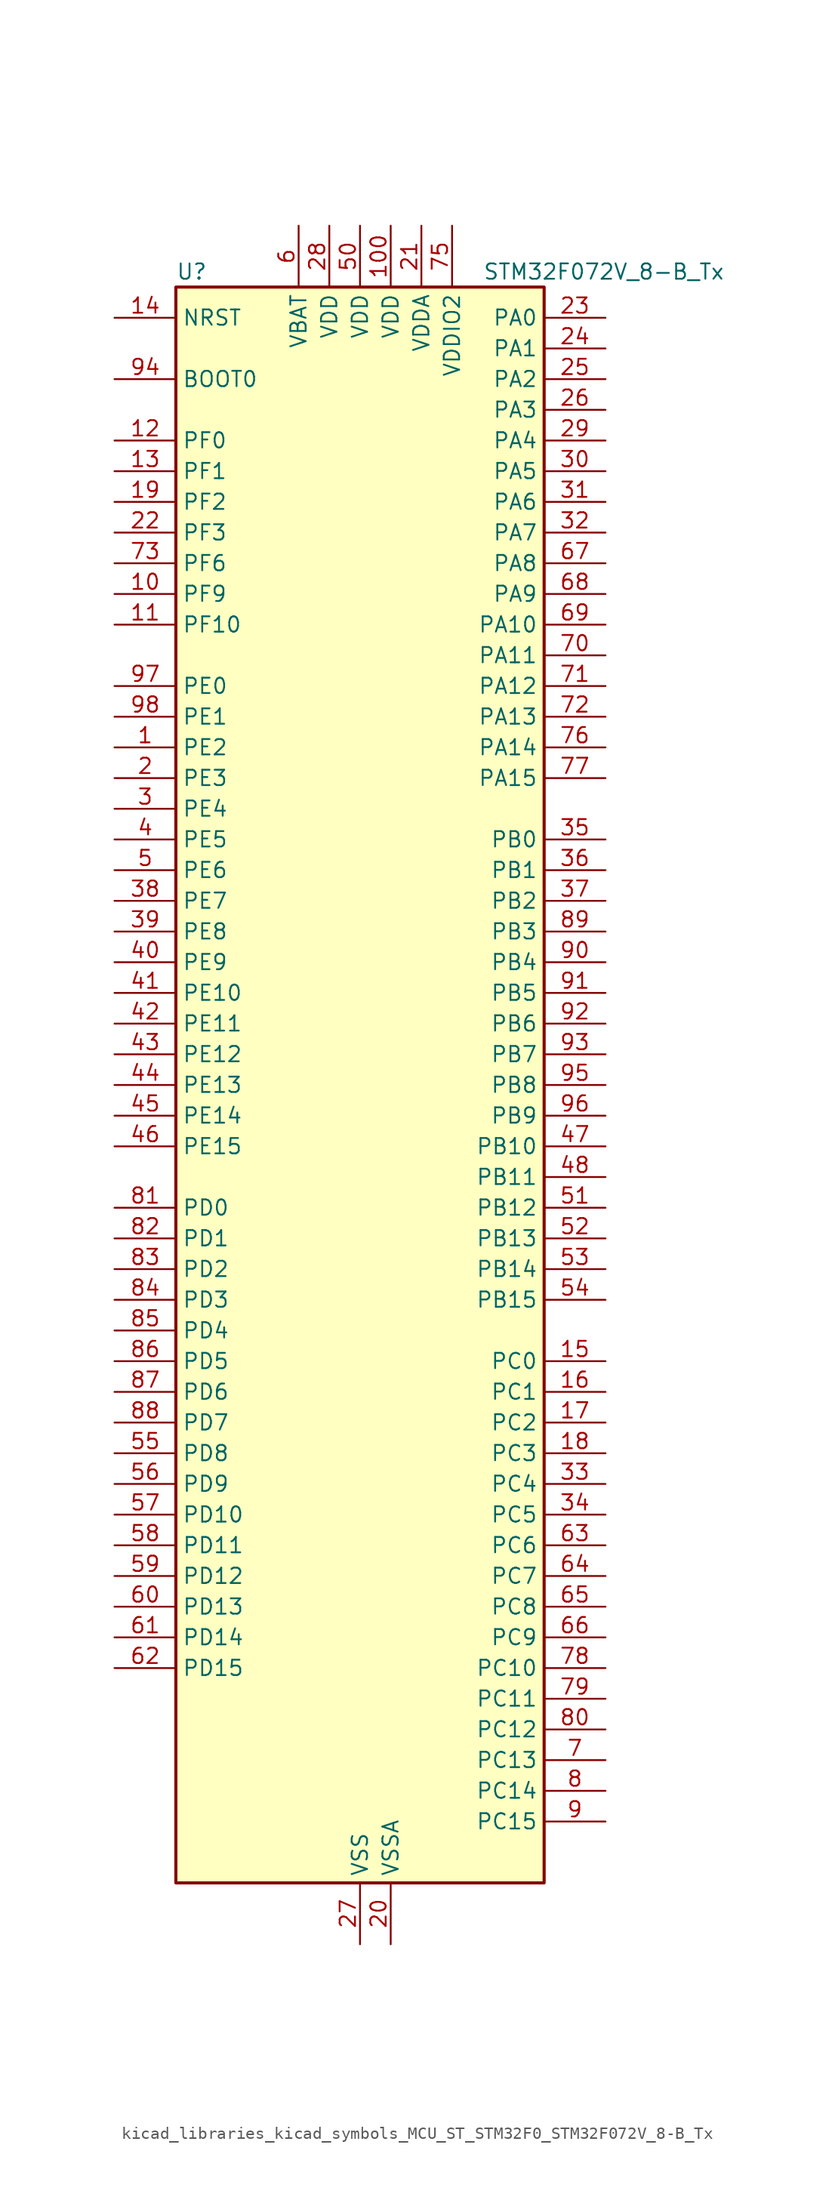
<source format=kicad_sym>
(kicad_symbol_lib
  (version 20220914)
  (generator kicad_symbol_editor)
  (symbol "kicad_libraries_kicad_symbols_MCU_ST_STM32F0_STM32F072V_8-B_Tx"
    (property "Reference" "U"
      (at -15.24 67.31 0)
      (effects (font (size 1.27 1.27)) (justify left)))
    (property "Value" "STM32F072V_8-B_Tx"
      (at 10.16 67.31 0)
      (effects (font (size 1.27 1.27)) (justify left)))
    (property "ki_locked" ""
      (at 0 0 0)
      (effects (font (size 1.27 1.27))))
    (symbol "kicad_libraries_kicad_symbols_MCU_ST_STM32F0_STM32F072V_8-B_Tx_0_1"
      (rectangle (start -15.24 -66.04) (end 15.24 66.04) (stroke (width 0.254) (type default)) (fill (type background))))
    (symbol "kicad_libraries_kicad_symbols_MCU_ST_STM32F0_STM32F072V_8-B_Tx_1_1"
      (pin bidirectional line (at -20.32 27.94 0) (length 5.08) (name "PE2" (effects (font (size 1.27 1.27)))) (number "1" (effects (font (size 1.27 1.27)))) (alternate "TIM3_ETR" bidirectional line) (alternate "TSC_G7_IO1" bidirectional line))
      (pin bidirectional line (at -20.32 40.64 0) (length 5.08) (name "PF9" (effects (font (size 1.27 1.27)))) (number "10" (effects (font (size 1.27 1.27)))) (alternate "DAC_EXTI9" bidirectional line) (alternate "TIM15_CH1" bidirectional line))
      (pin power_in line (at 2.54 71.12 270) (length 5.08) (name "VDD" (effects (font (size 1.27 1.27)))) (number "100" (effects (font (size 1.27 1.27)))))
      (pin bidirectional line (at -20.32 38.1 0) (length 5.08) (name "PF10" (effects (font (size 1.27 1.27)))) (number "11" (effects (font (size 1.27 1.27)))) (alternate "TIM15_CH2" bidirectional line))
      (pin bidirectional line (at -20.32 53.34 0) (length 5.08) (name "PF0" (effects (font (size 1.27 1.27)))) (number "12" (effects (font (size 1.27 1.27)))) (alternate "CRS_SYNC" bidirectional line) (alternate "RCC_OSC_IN" bidirectional line))
      (pin bidirectional line (at -20.32 50.8 0) (length 5.08) (name "PF1" (effects (font (size 1.27 1.27)))) (number "13" (effects (font (size 1.27 1.27)))) (alternate "RCC_OSC_OUT" bidirectional line))
      (pin input line (at -20.32 63.5 0) (length 5.08) (name "NRST" (effects (font (size 1.27 1.27)))) (number "14" (effects (font (size 1.27 1.27)))))
      (pin bidirectional line (at 20.32 -22.86 180) (length 5.08) (name "PC0" (effects (font (size 1.27 1.27)))) (number "15" (effects (font (size 1.27 1.27)))) (alternate "ADC_IN10" bidirectional line))
      (pin bidirectional line (at 20.32 -25.4 180) (length 5.08) (name "PC1" (effects (font (size 1.27 1.27)))) (number "16" (effects (font (size 1.27 1.27)))) (alternate "ADC_IN11" bidirectional line))
      (pin bidirectional line (at 20.32 -27.94 180) (length 5.08) (name "PC2" (effects (font (size 1.27 1.27)))) (number "17" (effects (font (size 1.27 1.27)))) (alternate "ADC_IN12" bidirectional line) (alternate "I2S2_MCK" bidirectional line) (alternate "SPI2_MISO" bidirectional line))
      (pin bidirectional line (at 20.32 -30.48 180) (length 5.08) (name "PC3" (effects (font (size 1.27 1.27)))) (number "18" (effects (font (size 1.27 1.27)))) (alternate "ADC_IN13" bidirectional line) (alternate "I2S2_SD" bidirectional line) (alternate "SPI2_MOSI" bidirectional line))
      (pin bidirectional line (at -20.32 48.26 0) (length 5.08) (name "PF2" (effects (font (size 1.27 1.27)))) (number "19" (effects (font (size 1.27 1.27)))) (alternate "SYS_WKUP8" bidirectional line))
      (pin bidirectional line (at -20.32 25.4 0) (length 5.08) (name "PE3" (effects (font (size 1.27 1.27)))) (number "2" (effects (font (size 1.27 1.27)))) (alternate "TIM3_CH1" bidirectional line) (alternate "TSC_G7_IO2" bidirectional line))
      (pin power_in line (at 2.54 -71.12 90) (length 5.08) (name "VSSA" (effects (font (size 1.27 1.27)))) (number "20" (effects (font (size 1.27 1.27)))))
      (pin power_in line (at 5.08 71.12 270) (length 5.08) (name "VDDA" (effects (font (size 1.27 1.27)))) (number "21" (effects (font (size 1.27 1.27)))))
      (pin bidirectional line (at -20.32 45.72 0) (length 5.08) (name "PF3" (effects (font (size 1.27 1.27)))) (number "22" (effects (font (size 1.27 1.27)))))
      (pin bidirectional line (at 20.32 63.5 180) (length 5.08) (name "PA0" (effects (font (size 1.27 1.27)))) (number "23" (effects (font (size 1.27 1.27)))) (alternate "ADC_IN0" bidirectional line) (alternate "COMP1_INM" bidirectional line) (alternate "COMP1_OUT" bidirectional line) (alternate "RTC_TAMP2" bidirectional line) (alternate "SYS_WKUP1" bidirectional line) (alternate "TIM2_CH1" bidirectional line) (alternate "TIM2_ETR" bidirectional line) (alternate "TSC_G1_IO1" bidirectional line) (alternate "USART2_CTS" bidirectional line) (alternate "USART4_TX" bidirectional line))
      (pin bidirectional line (at 20.32 60.96 180) (length 5.08) (name "PA1" (effects (font (size 1.27 1.27)))) (number "24" (effects (font (size 1.27 1.27)))) (alternate "ADC_IN1" bidirectional line) (alternate "COMP1_INP" bidirectional line) (alternate "TIM15_CH1N" bidirectional line) (alternate "TIM2_CH2" bidirectional line) (alternate "TSC_G1_IO2" bidirectional line) (alternate "USART2_DE" bidirectional line) (alternate "USART2_RTS" bidirectional line) (alternate "USART4_RX" bidirectional line))
      (pin bidirectional line (at 20.32 58.42 180) (length 5.08) (name "PA2" (effects (font (size 1.27 1.27)))) (number "25" (effects (font (size 1.27 1.27)))) (alternate "ADC_IN2" bidirectional line) (alternate "COMP2_INM" bidirectional line) (alternate "COMP2_OUT" bidirectional line) (alternate "SYS_WKUP4" bidirectional line) (alternate "TIM15_CH1" bidirectional line) (alternate "TIM2_CH3" bidirectional line) (alternate "TSC_G1_IO3" bidirectional line) (alternate "USART2_TX" bidirectional line))
      (pin bidirectional line (at 20.32 55.88 180) (length 5.08) (name "PA3" (effects (font (size 1.27 1.27)))) (number "26" (effects (font (size 1.27 1.27)))) (alternate "ADC_IN3" bidirectional line) (alternate "COMP2_INP" bidirectional line) (alternate "TIM15_CH2" bidirectional line) (alternate "TIM2_CH4" bidirectional line) (alternate "TSC_G1_IO4" bidirectional line) (alternate "USART2_RX" bidirectional line))
      (pin power_in line (at 0 -71.12 90) (length 5.08) (name "VSS" (effects (font (size 1.27 1.27)))) (number "27" (effects (font (size 1.27 1.27)))))
      (pin power_in line (at -2.54 71.12 270) (length 5.08) (name "VDD" (effects (font (size 1.27 1.27)))) (number "28" (effects (font (size 1.27 1.27)))))
      (pin bidirectional line (at 20.32 53.34 180) (length 5.08) (name "PA4" (effects (font (size 1.27 1.27)))) (number "29" (effects (font (size 1.27 1.27)))) (alternate "ADC_IN4" bidirectional line) (alternate "COMP1_INM" bidirectional line) (alternate "COMP2_INM" bidirectional line) (alternate "DAC_OUT1" bidirectional line) (alternate "I2S1_WS" bidirectional line) (alternate "SPI1_NSS" bidirectional line) (alternate "TIM14_CH1" bidirectional line) (alternate "TSC_G2_IO1" bidirectional line) (alternate "USART2_CK" bidirectional line))
      (pin bidirectional line (at -20.32 22.86 0) (length 5.08) (name "PE4" (effects (font (size 1.27 1.27)))) (number "3" (effects (font (size 1.27 1.27)))) (alternate "TIM3_CH2" bidirectional line) (alternate "TSC_G7_IO3" bidirectional line))
      (pin bidirectional line (at 20.32 50.8 180) (length 5.08) (name "PA5" (effects (font (size 1.27 1.27)))) (number "30" (effects (font (size 1.27 1.27)))) (alternate "ADC_IN5" bidirectional line) (alternate "CEC" bidirectional line) (alternate "COMP1_INM" bidirectional line) (alternate "COMP2_INM" bidirectional line) (alternate "DAC_OUT2" bidirectional line) (alternate "I2S1_CK" bidirectional line) (alternate "SPI1_SCK" bidirectional line) (alternate "TIM2_CH1" bidirectional line) (alternate "TIM2_ETR" bidirectional line) (alternate "TSC_G2_IO2" bidirectional line))
      (pin bidirectional line (at 20.32 48.26 180) (length 5.08) (name "PA6" (effects (font (size 1.27 1.27)))) (number "31" (effects (font (size 1.27 1.27)))) (alternate "ADC_IN6" bidirectional line) (alternate "COMP1_OUT" bidirectional line) (alternate "I2S1_MCK" bidirectional line) (alternate "SPI1_MISO" bidirectional line) (alternate "TIM16_CH1" bidirectional line) (alternate "TIM1_BKIN" bidirectional line) (alternate "TIM3_CH1" bidirectional line) (alternate "TSC_G2_IO3" bidirectional line) (alternate "USART3_CTS" bidirectional line))
      (pin bidirectional line (at 20.32 45.72 180) (length 5.08) (name "PA7" (effects (font (size 1.27 1.27)))) (number "32" (effects (font (size 1.27 1.27)))) (alternate "ADC_IN7" bidirectional line) (alternate "COMP2_OUT" bidirectional line) (alternate "I2S1_SD" bidirectional line) (alternate "SPI1_MOSI" bidirectional line) (alternate "TIM14_CH1" bidirectional line) (alternate "TIM17_CH1" bidirectional line) (alternate "TIM1_CH1N" bidirectional line) (alternate "TIM3_CH2" bidirectional line) (alternate "TSC_G2_IO4" bidirectional line))
      (pin bidirectional line (at 20.32 -33.02 180) (length 5.08) (name "PC4" (effects (font (size 1.27 1.27)))) (number "33" (effects (font (size 1.27 1.27)))) (alternate "ADC_IN14" bidirectional line) (alternate "USART3_TX" bidirectional line))
      (pin bidirectional line (at 20.32 -35.56 180) (length 5.08) (name "PC5" (effects (font (size 1.27 1.27)))) (number "34" (effects (font (size 1.27 1.27)))) (alternate "ADC_IN15" bidirectional line) (alternate "SYS_WKUP5" bidirectional line) (alternate "TSC_G3_IO1" bidirectional line) (alternate "USART3_RX" bidirectional line))
      (pin bidirectional line (at 20.32 20.32 180) (length 5.08) (name "PB0" (effects (font (size 1.27 1.27)))) (number "35" (effects (font (size 1.27 1.27)))) (alternate "ADC_IN8" bidirectional line) (alternate "TIM1_CH2N" bidirectional line) (alternate "TIM3_CH3" bidirectional line) (alternate "TSC_G3_IO2" bidirectional line) (alternate "USART3_CK" bidirectional line))
      (pin bidirectional line (at 20.32 17.78 180) (length 5.08) (name "PB1" (effects (font (size 1.27 1.27)))) (number "36" (effects (font (size 1.27 1.27)))) (alternate "ADC_IN9" bidirectional line) (alternate "TIM14_CH1" bidirectional line) (alternate "TIM1_CH3N" bidirectional line) (alternate "TIM3_CH4" bidirectional line) (alternate "TSC_G3_IO3" bidirectional line) (alternate "USART3_DE" bidirectional line) (alternate "USART3_RTS" bidirectional line))
      (pin bidirectional line (at 20.32 15.24 180) (length 5.08) (name "PB2" (effects (font (size 1.27 1.27)))) (number "37" (effects (font (size 1.27 1.27)))) (alternate "TSC_G3_IO4" bidirectional line))
      (pin bidirectional line (at -20.32 15.24 0) (length 5.08) (name "PE7" (effects (font (size 1.27 1.27)))) (number "38" (effects (font (size 1.27 1.27)))) (alternate "TIM1_ETR" bidirectional line))
      (pin bidirectional line (at -20.32 12.7 0) (length 5.08) (name "PE8" (effects (font (size 1.27 1.27)))) (number "39" (effects (font (size 1.27 1.27)))) (alternate "TIM1_CH1N" bidirectional line))
      (pin bidirectional line (at -20.32 20.32 0) (length 5.08) (name "PE5" (effects (font (size 1.27 1.27)))) (number "4" (effects (font (size 1.27 1.27)))) (alternate "TIM3_CH3" bidirectional line) (alternate "TSC_G7_IO4" bidirectional line))
      (pin bidirectional line (at -20.32 10.16 0) (length 5.08) (name "PE9" (effects (font (size 1.27 1.27)))) (number "40" (effects (font (size 1.27 1.27)))) (alternate "DAC_EXTI9" bidirectional line) (alternate "TIM1_CH1" bidirectional line))
      (pin bidirectional line (at -20.32 7.62 0) (length 5.08) (name "PE10" (effects (font (size 1.27 1.27)))) (number "41" (effects (font (size 1.27 1.27)))) (alternate "TIM1_CH2N" bidirectional line))
      (pin bidirectional line (at -20.32 5.08 0) (length 5.08) (name "PE11" (effects (font (size 1.27 1.27)))) (number "42" (effects (font (size 1.27 1.27)))) (alternate "TIM1_CH2" bidirectional line))
      (pin bidirectional line (at -20.32 2.54 0) (length 5.08) (name "PE12" (effects (font (size 1.27 1.27)))) (number "43" (effects (font (size 1.27 1.27)))) (alternate "I2S1_WS" bidirectional line) (alternate "SPI1_NSS" bidirectional line) (alternate "TIM1_CH3N" bidirectional line))
      (pin bidirectional line (at -20.32 0 0) (length 5.08) (name "PE13" (effects (font (size 1.27 1.27)))) (number "44" (effects (font (size 1.27 1.27)))) (alternate "I2S1_CK" bidirectional line) (alternate "SPI1_SCK" bidirectional line) (alternate "TIM1_CH3" bidirectional line))
      (pin bidirectional line (at -20.32 -2.54 0) (length 5.08) (name "PE14" (effects (font (size 1.27 1.27)))) (number "45" (effects (font (size 1.27 1.27)))) (alternate "I2S1_MCK" bidirectional line) (alternate "SPI1_MISO" bidirectional line) (alternate "TIM1_CH4" bidirectional line))
      (pin bidirectional line (at -20.32 -5.08 0) (length 5.08) (name "PE15" (effects (font (size 1.27 1.27)))) (number "46" (effects (font (size 1.27 1.27)))) (alternate "I2S1_SD" bidirectional line) (alternate "SPI1_MOSI" bidirectional line) (alternate "TIM1_BKIN" bidirectional line))
      (pin bidirectional line (at 20.32 -5.08 180) (length 5.08) (name "PB10" (effects (font (size 1.27 1.27)))) (number "47" (effects (font (size 1.27 1.27)))) (alternate "CEC" bidirectional line) (alternate "I2C2_SCL" bidirectional line) (alternate "I2S2_CK" bidirectional line) (alternate "SPI2_SCK" bidirectional line) (alternate "TIM2_CH3" bidirectional line) (alternate "TSC_SYNC" bidirectional line) (alternate "USART3_TX" bidirectional line))
      (pin bidirectional line (at 20.32 -7.62 180) (length 5.08) (name "PB11" (effects (font (size 1.27 1.27)))) (number "48" (effects (font (size 1.27 1.27)))) (alternate "I2C2_SDA" bidirectional line) (alternate "TIM2_CH4" bidirectional line) (alternate "TSC_G6_IO1" bidirectional line) (alternate "USART3_RX" bidirectional line))
      (pin passive line (at 0 -71.12 90) (length 5.08) hide (name "VSS" (effects (font (size 1.27 1.27)))) (number "49" (effects (font (size 1.27 1.27)))))
      (pin bidirectional line (at -20.32 17.78 0) (length 5.08) (name "PE6" (effects (font (size 1.27 1.27)))) (number "5" (effects (font (size 1.27 1.27)))) (alternate "RTC_TAMP3" bidirectional line) (alternate "SYS_WKUP3" bidirectional line) (alternate "TIM3_CH4" bidirectional line))
      (pin power_in line (at 0 71.12 270) (length 5.08) (name "VDD" (effects (font (size 1.27 1.27)))) (number "50" (effects (font (size 1.27 1.27)))))
      (pin bidirectional line (at 20.32 -10.16 180) (length 5.08) (name "PB12" (effects (font (size 1.27 1.27)))) (number "51" (effects (font (size 1.27 1.27)))) (alternate "I2S2_WS" bidirectional line) (alternate "SPI2_NSS" bidirectional line) (alternate "TIM15_BKIN" bidirectional line) (alternate "TIM1_BKIN" bidirectional line) (alternate "TSC_G6_IO2" bidirectional line) (alternate "USART3_CK" bidirectional line))
      (pin bidirectional line (at 20.32 -12.7 180) (length 5.08) (name "PB13" (effects (font (size 1.27 1.27)))) (number "52" (effects (font (size 1.27 1.27)))) (alternate "I2C2_SCL" bidirectional line) (alternate "I2S2_CK" bidirectional line) (alternate "SPI2_SCK" bidirectional line) (alternate "TIM1_CH1N" bidirectional line) (alternate "TSC_G6_IO3" bidirectional line) (alternate "USART3_CTS" bidirectional line))
      (pin bidirectional line (at 20.32 -15.24 180) (length 5.08) (name "PB14" (effects (font (size 1.27 1.27)))) (number "53" (effects (font (size 1.27 1.27)))) (alternate "I2C2_SDA" bidirectional line) (alternate "I2S2_MCK" bidirectional line) (alternate "SPI2_MISO" bidirectional line) (alternate "TIM15_CH1" bidirectional line) (alternate "TIM1_CH2N" bidirectional line) (alternate "TSC_G6_IO4" bidirectional line) (alternate "USART3_DE" bidirectional line) (alternate "USART3_RTS" bidirectional line))
      (pin bidirectional line (at 20.32 -17.78 180) (length 5.08) (name "PB15" (effects (font (size 1.27 1.27)))) (number "54" (effects (font (size 1.27 1.27)))) (alternate "I2S2_SD" bidirectional line) (alternate "RTC_REFIN" bidirectional line) (alternate "SPI2_MOSI" bidirectional line) (alternate "SYS_WKUP7" bidirectional line) (alternate "TIM15_CH1N" bidirectional line) (alternate "TIM15_CH2" bidirectional line) (alternate "TIM1_CH3N" bidirectional line))
      (pin bidirectional line (at -20.32 -30.48 0) (length 5.08) (name "PD8" (effects (font (size 1.27 1.27)))) (number "55" (effects (font (size 1.27 1.27)))) (alternate "USART3_TX" bidirectional line))
      (pin bidirectional line (at -20.32 -33.02 0) (length 5.08) (name "PD9" (effects (font (size 1.27 1.27)))) (number "56" (effects (font (size 1.27 1.27)))) (alternate "DAC_EXTI9" bidirectional line) (alternate "USART3_RX" bidirectional line))
      (pin bidirectional line (at -20.32 -35.56 0) (length 5.08) (name "PD10" (effects (font (size 1.27 1.27)))) (number "57" (effects (font (size 1.27 1.27)))) (alternate "USART3_CK" bidirectional line))
      (pin bidirectional line (at -20.32 -38.1 0) (length 5.08) (name "PD11" (effects (font (size 1.27 1.27)))) (number "58" (effects (font (size 1.27 1.27)))) (alternate "USART3_CTS" bidirectional line))
      (pin bidirectional line (at -20.32 -40.64 0) (length 5.08) (name "PD12" (effects (font (size 1.27 1.27)))) (number "59" (effects (font (size 1.27 1.27)))) (alternate "TSC_G8_IO1" bidirectional line) (alternate "USART3_DE" bidirectional line) (alternate "USART3_RTS" bidirectional line))
      (pin power_in line (at -5.08 71.12 270) (length 5.08) (name "VBAT" (effects (font (size 1.27 1.27)))) (number "6" (effects (font (size 1.27 1.27)))))
      (pin bidirectional line (at -20.32 -43.18 0) (length 5.08) (name "PD13" (effects (font (size 1.27 1.27)))) (number "60" (effects (font (size 1.27 1.27)))) (alternate "TSC_G8_IO2" bidirectional line))
      (pin bidirectional line (at -20.32 -45.72 0) (length 5.08) (name "PD14" (effects (font (size 1.27 1.27)))) (number "61" (effects (font (size 1.27 1.27)))) (alternate "TSC_G8_IO3" bidirectional line))
      (pin bidirectional line (at -20.32 -48.26 0) (length 5.08) (name "PD15" (effects (font (size 1.27 1.27)))) (number "62" (effects (font (size 1.27 1.27)))) (alternate "CRS_SYNC" bidirectional line) (alternate "TSC_G8_IO4" bidirectional line))
      (pin bidirectional line (at 20.32 -38.1 180) (length 5.08) (name "PC6" (effects (font (size 1.27 1.27)))) (number "63" (effects (font (size 1.27 1.27)))) (alternate "TIM3_CH1" bidirectional line))
      (pin bidirectional line (at 20.32 -40.64 180) (length 5.08) (name "PC7" (effects (font (size 1.27 1.27)))) (number "64" (effects (font (size 1.27 1.27)))) (alternate "TIM3_CH2" bidirectional line))
      (pin bidirectional line (at 20.32 -43.18 180) (length 5.08) (name "PC8" (effects (font (size 1.27 1.27)))) (number "65" (effects (font (size 1.27 1.27)))) (alternate "TIM3_CH3" bidirectional line))
      (pin bidirectional line (at 20.32 -45.72 180) (length 5.08) (name "PC9" (effects (font (size 1.27 1.27)))) (number "66" (effects (font (size 1.27 1.27)))) (alternate "DAC_EXTI9" bidirectional line) (alternate "TIM3_CH4" bidirectional line))
      (pin bidirectional line (at 20.32 43.18 180) (length 5.08) (name "PA8" (effects (font (size 1.27 1.27)))) (number "67" (effects (font (size 1.27 1.27)))) (alternate "CRS_SYNC" bidirectional line) (alternate "RCC_MCO" bidirectional line) (alternate "TIM1_CH1" bidirectional line) (alternate "USART1_CK" bidirectional line))
      (pin bidirectional line (at 20.32 40.64 180) (length 5.08) (name "PA9" (effects (font (size 1.27 1.27)))) (number "68" (effects (font (size 1.27 1.27)))) (alternate "DAC_EXTI9" bidirectional line) (alternate "TIM15_BKIN" bidirectional line) (alternate "TIM1_CH2" bidirectional line) (alternate "TSC_G4_IO1" bidirectional line) (alternate "USART1_TX" bidirectional line))
      (pin bidirectional line (at 20.32 38.1 180) (length 5.08) (name "PA10" (effects (font (size 1.27 1.27)))) (number "69" (effects (font (size 1.27 1.27)))) (alternate "TIM17_BKIN" bidirectional line) (alternate "TIM1_CH3" bidirectional line) (alternate "TSC_G4_IO2" bidirectional line) (alternate "USART1_RX" bidirectional line))
      (pin bidirectional line (at 20.32 -55.88 180) (length 5.08) (name "PC13" (effects (font (size 1.27 1.27)))) (number "7" (effects (font (size 1.27 1.27)))) (alternate "RTC_OUT_ALARM" bidirectional line) (alternate "RTC_OUT_CALIB" bidirectional line) (alternate "RTC_TAMP1" bidirectional line) (alternate "RTC_TS" bidirectional line) (alternate "SYS_WKUP2" bidirectional line))
      (pin bidirectional line (at 20.32 35.56 180) (length 5.08) (name "PA11" (effects (font (size 1.27 1.27)))) (number "70" (effects (font (size 1.27 1.27)))) (alternate "CAN_RX" bidirectional line) (alternate "COMP1_OUT" bidirectional line) (alternate "TIM1_CH4" bidirectional line) (alternate "TSC_G4_IO3" bidirectional line) (alternate "USART1_CTS" bidirectional line) (alternate "USB_DM" bidirectional line))
      (pin bidirectional line (at 20.32 33.02 180) (length 5.08) (name "PA12" (effects (font (size 1.27 1.27)))) (number "71" (effects (font (size 1.27 1.27)))) (alternate "CAN_TX" bidirectional line) (alternate "COMP2_OUT" bidirectional line) (alternate "TIM1_ETR" bidirectional line) (alternate "TSC_G4_IO4" bidirectional line) (alternate "USART1_DE" bidirectional line) (alternate "USART1_RTS" bidirectional line) (alternate "USB_DP" bidirectional line))
      (pin bidirectional line (at 20.32 30.48 180) (length 5.08) (name "PA13" (effects (font (size 1.27 1.27)))) (number "72" (effects (font (size 1.27 1.27)))) (alternate "IR_OUT" bidirectional line) (alternate "SYS_SWDIO" bidirectional line) (alternate "USB_NOE" bidirectional line))
      (pin bidirectional line (at -20.32 43.18 0) (length 5.08) (name "PF6" (effects (font (size 1.27 1.27)))) (number "73" (effects (font (size 1.27 1.27)))))
      (pin passive line (at 0 -71.12 90) (length 5.08) hide (name "VSS" (effects (font (size 1.27 1.27)))) (number "74" (effects (font (size 1.27 1.27)))))
      (pin power_in line (at 7.62 71.12 270) (length 5.08) (name "VDDIO2" (effects (font (size 1.27 1.27)))) (number "75" (effects (font (size 1.27 1.27)))))
      (pin bidirectional line (at 20.32 27.94 180) (length 5.08) (name "PA14" (effects (font (size 1.27 1.27)))) (number "76" (effects (font (size 1.27 1.27)))) (alternate "SYS_SWCLK" bidirectional line) (alternate "USART2_TX" bidirectional line))
      (pin bidirectional line (at 20.32 25.4 180) (length 5.08) (name "PA15" (effects (font (size 1.27 1.27)))) (number "77" (effects (font (size 1.27 1.27)))) (alternate "I2S1_WS" bidirectional line) (alternate "SPI1_NSS" bidirectional line) (alternate "TIM2_CH1" bidirectional line) (alternate "TIM2_ETR" bidirectional line) (alternate "USART2_RX" bidirectional line) (alternate "USART4_DE" bidirectional line) (alternate "USART4_RTS" bidirectional line))
      (pin bidirectional line (at 20.32 -48.26 180) (length 5.08) (name "PC10" (effects (font (size 1.27 1.27)))) (number "78" (effects (font (size 1.27 1.27)))) (alternate "USART3_TX" bidirectional line) (alternate "USART4_TX" bidirectional line))
      (pin bidirectional line (at 20.32 -50.8 180) (length 5.08) (name "PC11" (effects (font (size 1.27 1.27)))) (number "79" (effects (font (size 1.27 1.27)))) (alternate "USART3_RX" bidirectional line) (alternate "USART4_RX" bidirectional line))
      (pin bidirectional line (at 20.32 -58.42 180) (length 5.08) (name "PC14" (effects (font (size 1.27 1.27)))) (number "8" (effects (font (size 1.27 1.27)))) (alternate "RCC_OSC32_IN" bidirectional line))
      (pin bidirectional line (at 20.32 -53.34 180) (length 5.08) (name "PC12" (effects (font (size 1.27 1.27)))) (number "80" (effects (font (size 1.27 1.27)))) (alternate "USART3_CK" bidirectional line) (alternate "USART4_CK" bidirectional line))
      (pin bidirectional line (at -20.32 -10.16 0) (length 5.08) (name "PD0" (effects (font (size 1.27 1.27)))) (number "81" (effects (font (size 1.27 1.27)))) (alternate "CAN_RX" bidirectional line) (alternate "I2S2_WS" bidirectional line) (alternate "SPI2_NSS" bidirectional line))
      (pin bidirectional line (at -20.32 -12.7 0) (length 5.08) (name "PD1" (effects (font (size 1.27 1.27)))) (number "82" (effects (font (size 1.27 1.27)))) (alternate "CAN_TX" bidirectional line) (alternate "I2S2_CK" bidirectional line) (alternate "SPI2_SCK" bidirectional line))
      (pin bidirectional line (at -20.32 -15.24 0) (length 5.08) (name "PD2" (effects (font (size 1.27 1.27)))) (number "83" (effects (font (size 1.27 1.27)))) (alternate "TIM3_ETR" bidirectional line) (alternate "USART3_DE" bidirectional line) (alternate "USART3_RTS" bidirectional line))
      (pin bidirectional line (at -20.32 -17.78 0) (length 5.08) (name "PD3" (effects (font (size 1.27 1.27)))) (number "84" (effects (font (size 1.27 1.27)))) (alternate "I2S2_MCK" bidirectional line) (alternate "SPI2_MISO" bidirectional line) (alternate "USART2_CTS" bidirectional line))
      (pin bidirectional line (at -20.32 -20.32 0) (length 5.08) (name "PD4" (effects (font (size 1.27 1.27)))) (number "85" (effects (font (size 1.27 1.27)))) (alternate "I2S2_SD" bidirectional line) (alternate "SPI2_MOSI" bidirectional line) (alternate "USART2_DE" bidirectional line) (alternate "USART2_RTS" bidirectional line))
      (pin bidirectional line (at -20.32 -22.86 0) (length 5.08) (name "PD5" (effects (font (size 1.27 1.27)))) (number "86" (effects (font (size 1.27 1.27)))) (alternate "USART2_TX" bidirectional line))
      (pin bidirectional line (at -20.32 -25.4 0) (length 5.08) (name "PD6" (effects (font (size 1.27 1.27)))) (number "87" (effects (font (size 1.27 1.27)))) (alternate "USART2_RX" bidirectional line))
      (pin bidirectional line (at -20.32 -27.94 0) (length 5.08) (name "PD7" (effects (font (size 1.27 1.27)))) (number "88" (effects (font (size 1.27 1.27)))) (alternate "USART2_CK" bidirectional line))
      (pin bidirectional line (at 20.32 12.7 180) (length 5.08) (name "PB3" (effects (font (size 1.27 1.27)))) (number "89" (effects (font (size 1.27 1.27)))) (alternate "I2S1_CK" bidirectional line) (alternate "SPI1_SCK" bidirectional line) (alternate "TIM2_CH2" bidirectional line) (alternate "TSC_G5_IO1" bidirectional line))
      (pin bidirectional line (at 20.32 -60.96 180) (length 5.08) (name "PC15" (effects (font (size 1.27 1.27)))) (number "9" (effects (font (size 1.27 1.27)))) (alternate "RCC_OSC32_OUT" bidirectional line))
      (pin bidirectional line (at 20.32 10.16 180) (length 5.08) (name "PB4" (effects (font (size 1.27 1.27)))) (number "90" (effects (font (size 1.27 1.27)))) (alternate "I2S1_MCK" bidirectional line) (alternate "SPI1_MISO" bidirectional line) (alternate "TIM17_BKIN" bidirectional line) (alternate "TIM3_CH1" bidirectional line) (alternate "TSC_G5_IO2" bidirectional line))
      (pin bidirectional line (at 20.32 7.62 180) (length 5.08) (name "PB5" (effects (font (size 1.27 1.27)))) (number "91" (effects (font (size 1.27 1.27)))) (alternate "I2C1_SMBA" bidirectional line) (alternate "I2S1_SD" bidirectional line) (alternate "SPI1_MOSI" bidirectional line) (alternate "SYS_WKUP6" bidirectional line) (alternate "TIM16_BKIN" bidirectional line) (alternate "TIM3_CH2" bidirectional line))
      (pin bidirectional line (at 20.32 5.08 180) (length 5.08) (name "PB6" (effects (font (size 1.27 1.27)))) (number "92" (effects (font (size 1.27 1.27)))) (alternate "I2C1_SCL" bidirectional line) (alternate "TIM16_CH1N" bidirectional line) (alternate "TSC_G5_IO3" bidirectional line) (alternate "USART1_TX" bidirectional line))
      (pin bidirectional line (at 20.32 2.54 180) (length 5.08) (name "PB7" (effects (font (size 1.27 1.27)))) (number "93" (effects (font (size 1.27 1.27)))) (alternate "I2C1_SDA" bidirectional line) (alternate "TIM17_CH1N" bidirectional line) (alternate "TSC_G5_IO4" bidirectional line) (alternate "USART1_RX" bidirectional line) (alternate "USART4_CTS" bidirectional line))
      (pin input line (at -20.32 58.42 0) (length 5.08) (name "BOOT0" (effects (font (size 1.27 1.27)))) (number "94" (effects (font (size 1.27 1.27)))))
      (pin bidirectional line (at 20.32 0 180) (length 5.08) (name "PB8" (effects (font (size 1.27 1.27)))) (number "95" (effects (font (size 1.27 1.27)))) (alternate "CAN_RX" bidirectional line) (alternate "CEC" bidirectional line) (alternate "I2C1_SCL" bidirectional line) (alternate "TIM16_CH1" bidirectional line) (alternate "TSC_SYNC" bidirectional line))
      (pin bidirectional line (at 20.32 -2.54 180) (length 5.08) (name "PB9" (effects (font (size 1.27 1.27)))) (number "96" (effects (font (size 1.27 1.27)))) (alternate "CAN_TX" bidirectional line) (alternate "DAC_EXTI9" bidirectional line) (alternate "I2C1_SDA" bidirectional line) (alternate "I2S2_WS" bidirectional line) (alternate "IR_OUT" bidirectional line) (alternate "SPI2_NSS" bidirectional line) (alternate "TIM17_CH1" bidirectional line))
      (pin bidirectional line (at -20.32 33.02 0) (length 5.08) (name "PE0" (effects (font (size 1.27 1.27)))) (number "97" (effects (font (size 1.27 1.27)))) (alternate "TIM16_CH1" bidirectional line))
      (pin bidirectional line (at -20.32 30.48 0) (length 5.08) (name "PE1" (effects (font (size 1.27 1.27)))) (number "98" (effects (font (size 1.27 1.27)))) (alternate "TIM17_CH1" bidirectional line))
      (pin passive line (at 0 -71.12 90) (length 5.08) hide (name "VSS" (effects (font (size 1.27 1.27)))) (number "99" (effects (font (size 1.27 1.27))))))))
</source>
